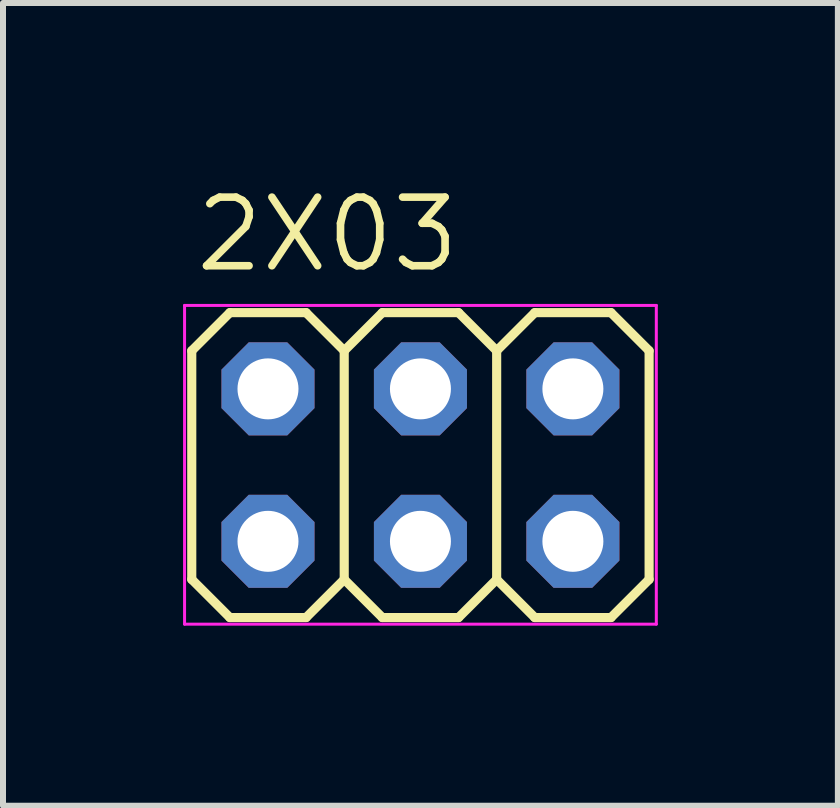
<source format=kicad_pcb>
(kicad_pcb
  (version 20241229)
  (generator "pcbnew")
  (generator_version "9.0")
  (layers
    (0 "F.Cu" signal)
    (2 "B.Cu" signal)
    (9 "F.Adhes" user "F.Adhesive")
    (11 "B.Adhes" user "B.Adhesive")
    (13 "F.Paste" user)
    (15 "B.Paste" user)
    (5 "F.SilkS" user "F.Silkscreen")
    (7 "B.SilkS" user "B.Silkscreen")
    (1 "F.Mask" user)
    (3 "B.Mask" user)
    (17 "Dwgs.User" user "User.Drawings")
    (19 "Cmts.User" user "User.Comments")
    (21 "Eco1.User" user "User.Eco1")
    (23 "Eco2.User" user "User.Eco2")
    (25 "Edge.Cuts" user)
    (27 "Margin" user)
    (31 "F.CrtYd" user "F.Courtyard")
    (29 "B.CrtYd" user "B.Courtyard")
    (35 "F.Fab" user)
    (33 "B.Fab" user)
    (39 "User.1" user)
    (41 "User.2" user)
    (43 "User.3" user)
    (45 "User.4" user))
  (footprint "2X03"
    (layer "F.Cu")
    (at 3.955 4.699)
    (property "Reference" "2X03" (at -3.81 -3.175 0) (unlocked yes) (layer "F.SilkS") (effects (font (size 1.143 1.143) (thickness 0.127)) (justify left bottom)))
    (fp_line (start -3.81 -1.905) (end -3.175 -2.54) (stroke (width 0.152) (type solid)) (layer "F.SilkS"))
    (fp_line (start -3.81 1.905) (end -3.81 -1.905) (stroke (width 0.152) (type solid)) (layer "F.SilkS"))
    (fp_line (start -3.81 1.905) (end -3.175 2.54) (stroke (width 0.152) (type solid)) (layer "F.SilkS"))
    (fp_line (start -3.175 -2.54) (end -1.905 -2.54) (stroke (width 0.152) (type solid)) (layer "F.SilkS"))
    (fp_line (start -3.175 2.54) (end -1.905 2.54) (stroke (width 0.152) (type solid)) (layer "F.SilkS"))
    (fp_line (start -1.905 -2.54) (end -1.27 -1.905) (stroke (width 0.152) (type solid)) (layer "F.SilkS"))
    (fp_line (start -1.905 2.54) (end -1.27 1.905) (stroke (width 0.152) (type solid)) (layer "F.SilkS"))
    (fp_line (start -1.27 -1.905) (end -1.27 1.905) (stroke (width 0.152) (type solid)) (layer "F.SilkS"))
    (fp_line (start -1.27 -1.905) (end -0.635 -2.54) (stroke (width 0.152) (type solid)) (layer "F.SilkS"))
    (fp_line (start -1.27 1.905) (end -0.635 2.54) (stroke (width 0.152) (type solid)) (layer "F.SilkS"))
    (fp_line (start -0.635 -2.54) (end 0.635 -2.54) (stroke (width 0.152) (type solid)) (layer "F.SilkS"))
    (fp_line (start -0.635 2.54) (end 0.635 2.54) (stroke (width 0.152) (type solid)) (layer "F.SilkS"))
    (fp_line (start 0.635 -2.54) (end 1.27 -1.905) (stroke (width 0.152) (type solid)) (layer "F.SilkS"))
    (fp_line (start 0.635 2.54) (end 1.27 1.905) (stroke (width 0.152) (type solid)) (layer "F.SilkS"))
    (fp_line (start 1.27 -1.905) (end 1.27 1.905) (stroke (width 0.152) (type solid)) (layer "F.SilkS"))
    (fp_line (start 1.27 -1.905) (end 1.905 -2.54) (stroke (width 0.152) (type solid)) (layer "F.SilkS"))
    (fp_line (start 1.27 1.905) (end 1.905 2.54) (stroke (width 0.152) (type solid)) (layer "F.SilkS"))
    (fp_line (start 1.905 -2.54) (end 3.175 -2.54) (stroke (width 0.152) (type solid)) (layer "F.SilkS"))
    (fp_line (start 1.905 2.54) (end 3.175 2.54) (stroke (width 0.152) (type solid)) (layer "F.SilkS"))
    (fp_line (start 3.175 -2.54) (end 3.81 -1.905) (stroke (width 0.152) (type solid)) (layer "F.SilkS"))
    (fp_line (start 3.175 2.54) (end 3.81 1.905) (stroke (width 0.152) (type solid)) (layer "F.SilkS"))
    (fp_line (start 3.81 -1.905) (end 3.81 1.905) (stroke (width 0.152) (type solid)) (layer "F.SilkS"))
    (fp_line (start -3.93 -2.66) (end 3.93 -2.66) (stroke (width 0.05) (type solid)) (layer "F.CrtYd"))
    (fp_line (start -3.93 2.65) (end -3.93 -2.66) (stroke (width 0.05) (type solid)) (layer "F.CrtYd"))
    (fp_line (start 3.93 -2.66) (end 3.93 2.65) (stroke (width 0.05) (type solid)) (layer "F.CrtYd"))
    (fp_line (start 3.93 2.65) (end -3.93 2.65) (stroke (width 0.05) (type solid)) (layer "F.CrtYd"))
    (fp_poly (pts (xy -2.794 -1.016) (xy -2.286 -1.016) (xy -2.286 -1.524) (xy -2.794 -1.524)) (stroke (width 0.1) (type default)) (fill no) (layer "F.Fab"))
    (fp_poly (pts (xy -2.794 1.524) (xy -2.286 1.524) (xy -2.286 1.016) (xy -2.794 1.016)) (stroke (width 0.1) (type default)) (fill no) (layer "F.Fab"))
    (fp_poly (pts (xy -0.254 -1.016) (xy 0.254 -1.016) (xy 0.254 -1.524) (xy -0.254 -1.524)) (stroke (width 0.1) (type default)) (fill no) (layer "F.Fab"))
    (fp_poly (pts (xy -0.254 1.524) (xy 0.254 1.524) (xy 0.254 1.016) (xy -0.254 1.016)) (stroke (width 0.1) (type default)) (fill no) (layer "F.Fab"))
    (fp_poly (pts (xy 2.286 -1.016) (xy 2.794 -1.016) (xy 2.794 -1.524) (xy 2.286 -1.524)) (stroke (width 0.1) (type default)) (fill no) (layer "F.Fab"))
    (fp_poly (pts (xy 2.286 1.524) (xy 2.794 1.524) (xy 2.794 1.016) (xy 2.286 1.016)) (stroke (width 0.1) (type default)) (fill no) (layer "F.Fab"))
    (pad "1" thru_hole roundrect (at -2.54 1.27) (size 1.55 1.55) (drill 1.016) (layers "*.Cu" "*.Mask") (roundrect_rratio 0.25) (chamfer_ratio 0.293) (chamfer top_left top_right bottom_left bottom_right))
    (pad "2" thru_hole roundrect (at -2.54 -1.27) (size 1.55 1.55) (drill 1.016) (layers "*.Cu" "*.Mask") (roundrect_rratio 0.25) (chamfer_ratio 0.293) (chamfer top_left top_right bottom_left bottom_right))
    (pad "3" thru_hole roundrect (at 0 1.27) (size 1.55 1.55) (drill 1.016) (layers "*.Cu" "*.Mask") (roundrect_rratio 0.25) (chamfer_ratio 0.293) (chamfer top_left top_right bottom_left bottom_right))
    (pad "4" thru_hole roundrect (at 0 -1.27) (size 1.55 1.55) (drill 1.016) (layers "*.Cu" "*.Mask") (roundrect_rratio 0.25) (chamfer_ratio 0.293) (chamfer top_left top_right bottom_left bottom_right))
    (pad "5" thru_hole roundrect (at 2.54 1.27) (size 1.55 1.55) (drill 1.016) (layers "*.Cu" "*.Mask") (roundrect_rratio 0.25) (chamfer_ratio 0.293) (chamfer top_left top_right bottom_left bottom_right))
    (pad "6" thru_hole roundrect (at 2.54 -1.27) (size 1.55 1.55) (drill 1.016) (layers "*.Cu" "*.Mask") (roundrect_rratio 0.25) (chamfer_ratio 0.293) (chamfer top_left top_right bottom_left bottom_right)))
  (gr_rect
    (start -3 -3)
    (end 10.91 10.374)
    (stroke (width 0.1) (type default))
    (fill no)
    (layer "Edge.Cuts")))
</source>
